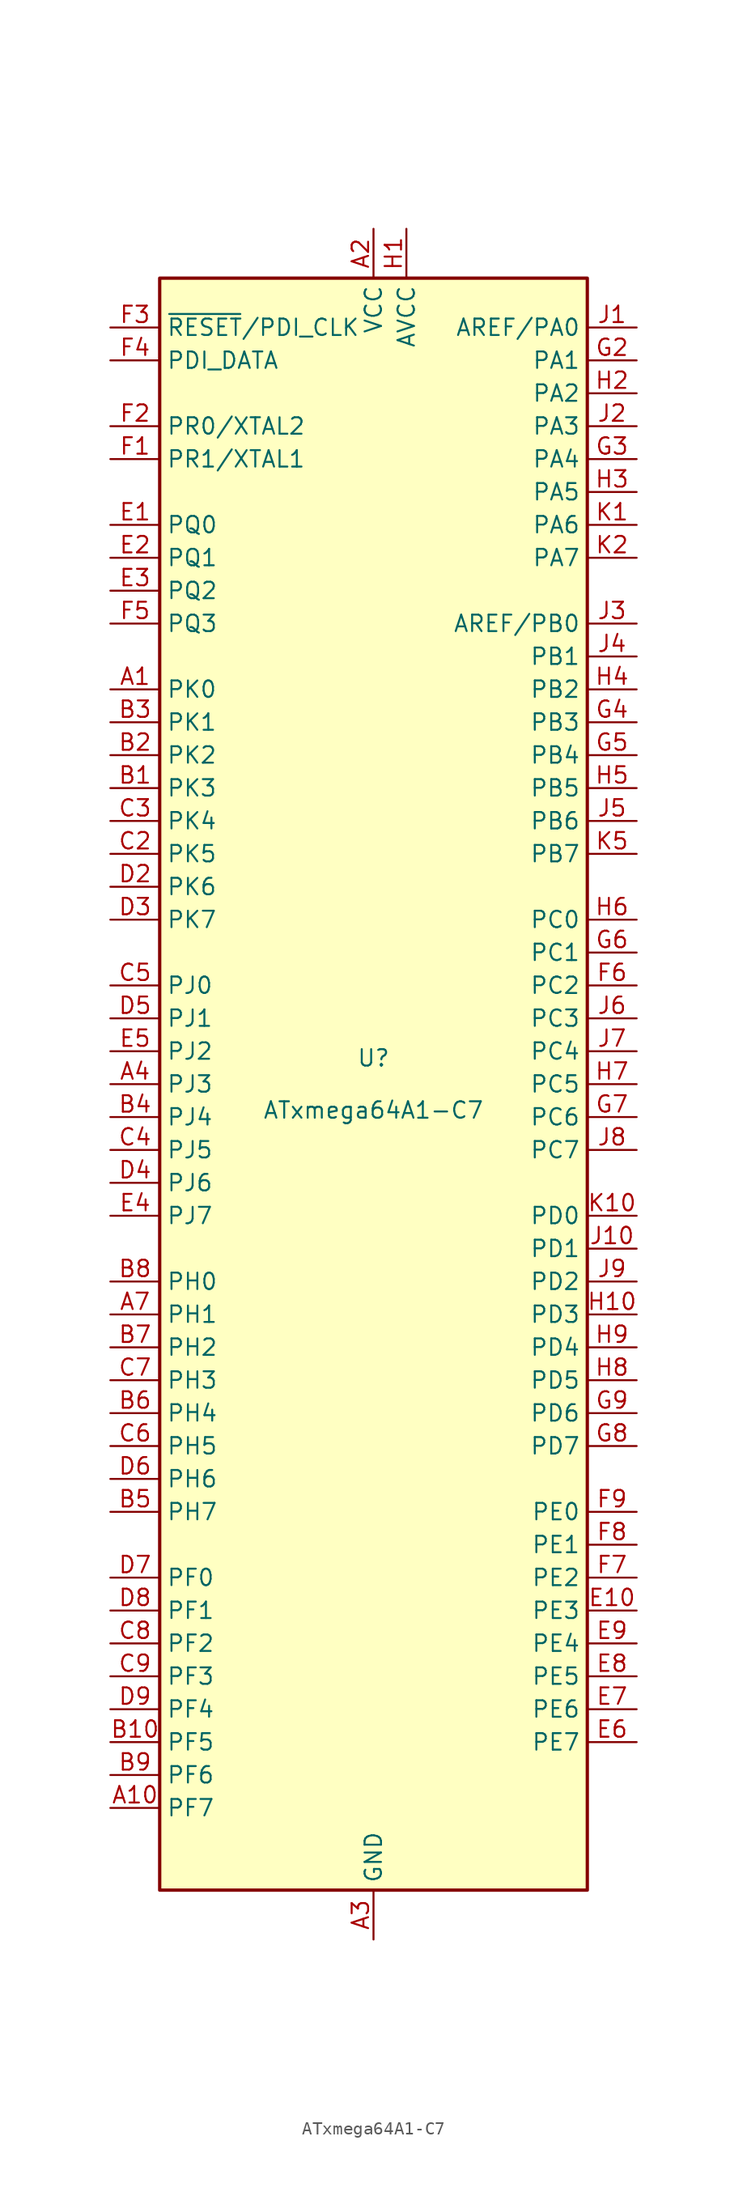
<source format=kicad_sym>
(kicad_symbol_lib
  (version 20220914)
  (generator kicad_symbol_editor)
  (symbol "ATxmega64A1-C7"
    (property "Reference" "U"
      (at 0 1.27 0)
      (effects (font (size 1.27 1.27)) (justify bottom)))
    (property "Value" "ATxmega64A1-C7"
      (at 0 -1.27 0)
      (effects (font (size 1.27 1.27)) (justify top)))
    (symbol "ATxmega64A1-C7_0_1"
      (rectangle (start -16.51 -62.23) (end 16.51 62.23) (stroke (width 0.254) (type default)) (fill (type background))))
    (symbol "ATxmega64A1-C7_1_1"
      (pin bidirectional line (at -20.32 30.48 0) (length 3.81) (name "PK0" (effects (font (size 1.27 1.27)))) (number "A1" (effects (font (size 1.27 1.27)))))
      (pin bidirectional line (at -20.32 -55.88 0) (length 3.81) (name "PF7" (effects (font (size 1.27 1.27)))) (number "A10" (effects (font (size 1.27 1.27)))))
      (pin power_in line (at 0 66.04 270) (length 3.81) (name "VCC" (effects (font (size 1.27 1.27)))) (number "A2" (effects (font (size 1.27 1.27)))))
      (pin power_in line (at 0 -66.04 90) (length 3.81) (name "GND" (effects (font (size 1.27 1.27)))) (number "A3" (effects (font (size 1.27 1.27)))))
      (pin bidirectional line (at -20.32 0 0) (length 3.81) (name "PJ3" (effects (font (size 1.27 1.27)))) (number "A4" (effects (font (size 1.27 1.27)))))
      (pin passive line (at 0 66.04 270) (length 3.81) hide (name "VCC" (effects (font (size 1.27 1.27)))) (number "A5" (effects (font (size 1.27 1.27)))))
      (pin passive line (at 0 -66.04 90) (length 3.81) hide (name "GND" (effects (font (size 1.27 1.27)))) (number "A6" (effects (font (size 1.27 1.27)))))
      (pin bidirectional line (at -20.32 -17.78 0) (length 3.81) (name "PH1" (effects (font (size 1.27 1.27)))) (number "A7" (effects (font (size 1.27 1.27)))))
      (pin passive line (at 0 -66.04 90) (length 3.81) hide (name "GND" (effects (font (size 1.27 1.27)))) (number "A8" (effects (font (size 1.27 1.27)))))
      (pin passive line (at 0 66.04 270) (length 3.81) hide (name "VCC" (effects (font (size 1.27 1.27)))) (number "A9" (effects (font (size 1.27 1.27)))))
      (pin bidirectional line (at -20.32 22.86 0) (length 3.81) (name "PK3" (effects (font (size 1.27 1.27)))) (number "B1" (effects (font (size 1.27 1.27)))))
      (pin bidirectional line (at -20.32 -50.8 0) (length 3.81) (name "PF5" (effects (font (size 1.27 1.27)))) (number "B10" (effects (font (size 1.27 1.27)))))
      (pin bidirectional line (at -20.32 25.4 0) (length 3.81) (name "PK2" (effects (font (size 1.27 1.27)))) (number "B2" (effects (font (size 1.27 1.27)))))
      (pin bidirectional line (at -20.32 27.94 0) (length 3.81) (name "PK1" (effects (font (size 1.27 1.27)))) (number "B3" (effects (font (size 1.27 1.27)))))
      (pin bidirectional line (at -20.32 -2.54 0) (length 3.81) (name "PJ4" (effects (font (size 1.27 1.27)))) (number "B4" (effects (font (size 1.27 1.27)))))
      (pin bidirectional line (at -20.32 -33.02 0) (length 3.81) (name "PH7" (effects (font (size 1.27 1.27)))) (number "B5" (effects (font (size 1.27 1.27)))))
      (pin bidirectional line (at -20.32 -25.4 0) (length 3.81) (name "PH4" (effects (font (size 1.27 1.27)))) (number "B6" (effects (font (size 1.27 1.27)))))
      (pin bidirectional line (at -20.32 -20.32 0) (length 3.81) (name "PH2" (effects (font (size 1.27 1.27)))) (number "B7" (effects (font (size 1.27 1.27)))))
      (pin bidirectional line (at -20.32 -15.24 0) (length 3.81) (name "PH0" (effects (font (size 1.27 1.27)))) (number "B8" (effects (font (size 1.27 1.27)))))
      (pin bidirectional line (at -20.32 -53.34 0) (length 3.81) (name "PF6" (effects (font (size 1.27 1.27)))) (number "B9" (effects (font (size 1.27 1.27)))))
      (pin passive line (at 0 66.04 270) (length 3.81) hide (name "VCC" (effects (font (size 1.27 1.27)))) (number "C1" (effects (font (size 1.27 1.27)))))
      (pin passive line (at 0 66.04 270) (length 3.81) hide (name "VCC" (effects (font (size 1.27 1.27)))) (number "C10" (effects (font (size 1.27 1.27)))))
      (pin bidirectional line (at -20.32 17.78 0) (length 3.81) (name "PK5" (effects (font (size 1.27 1.27)))) (number "C2" (effects (font (size 1.27 1.27)))))
      (pin bidirectional line (at -20.32 20.32 0) (length 3.81) (name "PK4" (effects (font (size 1.27 1.27)))) (number "C3" (effects (font (size 1.27 1.27)))))
      (pin bidirectional line (at -20.32 -5.08 0) (length 3.81) (name "PJ5" (effects (font (size 1.27 1.27)))) (number "C4" (effects (font (size 1.27 1.27)))))
      (pin bidirectional line (at -20.32 7.62 0) (length 3.81) (name "PJ0" (effects (font (size 1.27 1.27)))) (number "C5" (effects (font (size 1.27 1.27)))))
      (pin bidirectional line (at -20.32 -27.94 0) (length 3.81) (name "PH5" (effects (font (size 1.27 1.27)))) (number "C6" (effects (font (size 1.27 1.27)))))
      (pin bidirectional line (at -20.32 -22.86 0) (length 3.81) (name "PH3" (effects (font (size 1.27 1.27)))) (number "C7" (effects (font (size 1.27 1.27)))))
      (pin bidirectional line (at -20.32 -43.18 0) (length 3.81) (name "PF2" (effects (font (size 1.27 1.27)))) (number "C8" (effects (font (size 1.27 1.27)))))
      (pin bidirectional line (at -20.32 -45.72 0) (length 3.81) (name "PF3" (effects (font (size 1.27 1.27)))) (number "C9" (effects (font (size 1.27 1.27)))))
      (pin passive line (at 0 -66.04 90) (length 3.81) hide (name "GND" (effects (font (size 1.27 1.27)))) (number "D1" (effects (font (size 1.27 1.27)))))
      (pin passive line (at 0 -66.04 90) (length 3.81) hide (name "GND" (effects (font (size 1.27 1.27)))) (number "D10" (effects (font (size 1.27 1.27)))))
      (pin bidirectional line (at -20.32 15.24 0) (length 3.81) (name "PK6" (effects (font (size 1.27 1.27)))) (number "D2" (effects (font (size 1.27 1.27)))))
      (pin bidirectional line (at -20.32 12.7 0) (length 3.81) (name "PK7" (effects (font (size 1.27 1.27)))) (number "D3" (effects (font (size 1.27 1.27)))))
      (pin bidirectional line (at -20.32 -7.62 0) (length 3.81) (name "PJ6" (effects (font (size 1.27 1.27)))) (number "D4" (effects (font (size 1.27 1.27)))))
      (pin bidirectional line (at -20.32 5.08 0) (length 3.81) (name "PJ1" (effects (font (size 1.27 1.27)))) (number "D5" (effects (font (size 1.27 1.27)))))
      (pin bidirectional line (at -20.32 -30.48 0) (length 3.81) (name "PH6" (effects (font (size 1.27 1.27)))) (number "D6" (effects (font (size 1.27 1.27)))))
      (pin bidirectional line (at -20.32 -38.1 0) (length 3.81) (name "PF0" (effects (font (size 1.27 1.27)))) (number "D7" (effects (font (size 1.27 1.27)))))
      (pin bidirectional line (at -20.32 -40.64 0) (length 3.81) (name "PF1" (effects (font (size 1.27 1.27)))) (number "D8" (effects (font (size 1.27 1.27)))))
      (pin bidirectional line (at -20.32 -48.26 0) (length 3.81) (name "PF4" (effects (font (size 1.27 1.27)))) (number "D9" (effects (font (size 1.27 1.27)))))
      (pin bidirectional line (at -20.32 43.18 0) (length 3.81) (name "PQ0" (effects (font (size 1.27 1.27)))) (number "E1" (effects (font (size 1.27 1.27)))))
      (pin bidirectional line (at 20.32 -40.64 180) (length 3.81) (name "PE3" (effects (font (size 1.27 1.27)))) (number "E10" (effects (font (size 1.27 1.27)))))
      (pin bidirectional line (at -20.32 40.64 0) (length 3.81) (name "PQ1" (effects (font (size 1.27 1.27)))) (number "E2" (effects (font (size 1.27 1.27)))))
      (pin bidirectional line (at -20.32 38.1 0) (length 3.81) (name "PQ2" (effects (font (size 1.27 1.27)))) (number "E3" (effects (font (size 1.27 1.27)))))
      (pin bidirectional line (at -20.32 -10.16 0) (length 3.81) (name "PJ7" (effects (font (size 1.27 1.27)))) (number "E4" (effects (font (size 1.27 1.27)))))
      (pin bidirectional line (at -20.32 2.54 0) (length 3.81) (name "PJ2" (effects (font (size 1.27 1.27)))) (number "E5" (effects (font (size 1.27 1.27)))))
      (pin bidirectional line (at 20.32 -50.8 180) (length 3.81) (name "PE7" (effects (font (size 1.27 1.27)))) (number "E6" (effects (font (size 1.27 1.27)))))
      (pin bidirectional line (at 20.32 -48.26 180) (length 3.81) (name "PE6" (effects (font (size 1.27 1.27)))) (number "E7" (effects (font (size 1.27 1.27)))))
      (pin bidirectional line (at 20.32 -45.72 180) (length 3.81) (name "PE5" (effects (font (size 1.27 1.27)))) (number "E8" (effects (font (size 1.27 1.27)))))
      (pin bidirectional line (at 20.32 -43.18 180) (length 3.81) (name "PE4" (effects (font (size 1.27 1.27)))) (number "E9" (effects (font (size 1.27 1.27)))))
      (pin bidirectional line (at -20.32 48.26 0) (length 3.81) (name "PR1/XTAL1" (effects (font (size 1.27 1.27)))) (number "F1" (effects (font (size 1.27 1.27)))))
      (pin passive line (at 0 66.04 270) (length 3.81) hide (name "VCC" (effects (font (size 1.27 1.27)))) (number "F10" (effects (font (size 1.27 1.27)))))
      (pin bidirectional line (at -20.32 50.8 0) (length 3.81) (name "PR0/XTAL2" (effects (font (size 1.27 1.27)))) (number "F2" (effects (font (size 1.27 1.27)))))
      (pin input line (at -20.32 58.42 0) (length 3.81) (name "~{RESET}/PDI_CLK" (effects (font (size 1.27 1.27)))) (number "F3" (effects (font (size 1.27 1.27)))))
      (pin bidirectional line (at -20.32 55.88 0) (length 3.81) (name "PDI_DATA" (effects (font (size 1.27 1.27)))) (number "F4" (effects (font (size 1.27 1.27)))))
      (pin bidirectional line (at -20.32 35.56 0) (length 3.81) (name "PQ3" (effects (font (size 1.27 1.27)))) (number "F5" (effects (font (size 1.27 1.27)))))
      (pin bidirectional line (at 20.32 7.62 180) (length 3.81) (name "PC2" (effects (font (size 1.27 1.27)))) (number "F6" (effects (font (size 1.27 1.27)))))
      (pin bidirectional line (at 20.32 -38.1 180) (length 3.81) (name "PE2" (effects (font (size 1.27 1.27)))) (number "F7" (effects (font (size 1.27 1.27)))))
      (pin bidirectional line (at 20.32 -35.56 180) (length 3.81) (name "PE1" (effects (font (size 1.27 1.27)))) (number "F8" (effects (font (size 1.27 1.27)))))
      (pin bidirectional line (at 20.32 -33.02 180) (length 3.81) (name "PE0" (effects (font (size 1.27 1.27)))) (number "F9" (effects (font (size 1.27 1.27)))))
      (pin passive line (at 0 -66.04 90) (length 3.81) hide (name "GND" (effects (font (size 1.27 1.27)))) (number "G1" (effects (font (size 1.27 1.27)))))
      (pin passive line (at 0 -66.04 90) (length 3.81) hide (name "GND" (effects (font (size 1.27 1.27)))) (number "G10" (effects (font (size 1.27 1.27)))))
      (pin bidirectional line (at 20.32 55.88 180) (length 3.81) (name "PA1" (effects (font (size 1.27 1.27)))) (number "G2" (effects (font (size 1.27 1.27)))))
      (pin bidirectional line (at 20.32 48.26 180) (length 3.81) (name "PA4" (effects (font (size 1.27 1.27)))) (number "G3" (effects (font (size 1.27 1.27)))))
      (pin bidirectional line (at 20.32 27.94 180) (length 3.81) (name "PB3" (effects (font (size 1.27 1.27)))) (number "G4" (effects (font (size 1.27 1.27)))))
      (pin bidirectional line (at 20.32 25.4 180) (length 3.81) (name "PB4" (effects (font (size 1.27 1.27)))) (number "G5" (effects (font (size 1.27 1.27)))))
      (pin bidirectional line (at 20.32 10.16 180) (length 3.81) (name "PC1" (effects (font (size 1.27 1.27)))) (number "G6" (effects (font (size 1.27 1.27)))))
      (pin bidirectional line (at 20.32 -2.54 180) (length 3.81) (name "PC6" (effects (font (size 1.27 1.27)))) (number "G7" (effects (font (size 1.27 1.27)))))
      (pin bidirectional line (at 20.32 -27.94 180) (length 3.81) (name "PD7" (effects (font (size 1.27 1.27)))) (number "G8" (effects (font (size 1.27 1.27)))))
      (pin bidirectional line (at 20.32 -25.4 180) (length 3.81) (name "PD6" (effects (font (size 1.27 1.27)))) (number "G9" (effects (font (size 1.27 1.27)))))
      (pin power_in line (at 2.54 66.04 270) (length 3.81) (name "AVCC" (effects (font (size 1.27 1.27)))) (number "H1" (effects (font (size 1.27 1.27)))))
      (pin bidirectional line (at 20.32 -17.78 180) (length 3.81) (name "PD3" (effects (font (size 1.27 1.27)))) (number "H10" (effects (font (size 1.27 1.27)))))
      (pin bidirectional line (at 20.32 53.34 180) (length 3.81) (name "PA2" (effects (font (size 1.27 1.27)))) (number "H2" (effects (font (size 1.27 1.27)))))
      (pin bidirectional line (at 20.32 45.72 180) (length 3.81) (name "PA5" (effects (font (size 1.27 1.27)))) (number "H3" (effects (font (size 1.27 1.27)))))
      (pin bidirectional line (at 20.32 30.48 180) (length 3.81) (name "PB2" (effects (font (size 1.27 1.27)))) (number "H4" (effects (font (size 1.27 1.27)))))
      (pin bidirectional line (at 20.32 22.86 180) (length 3.81) (name "PB5" (effects (font (size 1.27 1.27)))) (number "H5" (effects (font (size 1.27 1.27)))))
      (pin bidirectional line (at 20.32 12.7 180) (length 3.81) (name "PC0" (effects (font (size 1.27 1.27)))) (number "H6" (effects (font (size 1.27 1.27)))))
      (pin bidirectional line (at 20.32 0 180) (length 3.81) (name "PC5" (effects (font (size 1.27 1.27)))) (number "H7" (effects (font (size 1.27 1.27)))))
      (pin bidirectional line (at 20.32 -22.86 180) (length 3.81) (name "PD5" (effects (font (size 1.27 1.27)))) (number "H8" (effects (font (size 1.27 1.27)))))
      (pin bidirectional line (at 20.32 -20.32 180) (length 3.81) (name "PD4" (effects (font (size 1.27 1.27)))) (number "H9" (effects (font (size 1.27 1.27)))))
      (pin bidirectional line (at 20.32 58.42 180) (length 3.81) (name "AREF/PA0" (effects (font (size 1.27 1.27)))) (number "J1" (effects (font (size 1.27 1.27)))))
      (pin bidirectional line (at 20.32 -12.7 180) (length 3.81) (name "PD1" (effects (font (size 1.27 1.27)))) (number "J10" (effects (font (size 1.27 1.27)))))
      (pin bidirectional line (at 20.32 50.8 180) (length 3.81) (name "PA3" (effects (font (size 1.27 1.27)))) (number "J2" (effects (font (size 1.27 1.27)))))
      (pin bidirectional line (at 20.32 35.56 180) (length 3.81) (name "AREF/PB0" (effects (font (size 1.27 1.27)))) (number "J3" (effects (font (size 1.27 1.27)))))
      (pin bidirectional line (at 20.32 33.02 180) (length 3.81) (name "PB1" (effects (font (size 1.27 1.27)))) (number "J4" (effects (font (size 1.27 1.27)))))
      (pin bidirectional line (at 20.32 20.32 180) (length 3.81) (name "PB6" (effects (font (size 1.27 1.27)))) (number "J5" (effects (font (size 1.27 1.27)))))
      (pin bidirectional line (at 20.32 5.08 180) (length 3.81) (name "PC3" (effects (font (size 1.27 1.27)))) (number "J6" (effects (font (size 1.27 1.27)))))
      (pin bidirectional line (at 20.32 2.54 180) (length 3.81) (name "PC4" (effects (font (size 1.27 1.27)))) (number "J7" (effects (font (size 1.27 1.27)))))
      (pin bidirectional line (at 20.32 -5.08 180) (length 3.81) (name "PC7" (effects (font (size 1.27 1.27)))) (number "J8" (effects (font (size 1.27 1.27)))))
      (pin bidirectional line (at 20.32 -15.24 180) (length 3.81) (name "PD2" (effects (font (size 1.27 1.27)))) (number "J9" (effects (font (size 1.27 1.27)))))
      (pin bidirectional line (at 20.32 43.18 180) (length 3.81) (name "PA6" (effects (font (size 1.27 1.27)))) (number "K1" (effects (font (size 1.27 1.27)))))
      (pin bidirectional line (at 20.32 -10.16 180) (length 3.81) (name "PD0" (effects (font (size 1.27 1.27)))) (number "K10" (effects (font (size 1.27 1.27)))))
      (pin bidirectional line (at 20.32 40.64 180) (length 3.81) (name "PA7" (effects (font (size 1.27 1.27)))) (number "K2" (effects (font (size 1.27 1.27)))))
      (pin passive line (at 0 -66.04 90) (length 3.81) hide (name "GND" (effects (font (size 1.27 1.27)))) (number "K3" (effects (font (size 1.27 1.27)))))
      (pin passive line (at 2.54 66.04 270) (length 3.81) hide (name "AVCC" (effects (font (size 1.27 1.27)))) (number "K4" (effects (font (size 1.27 1.27)))))
      (pin bidirectional line (at 20.32 17.78 180) (length 3.81) (name "PB7" (effects (font (size 1.27 1.27)))) (number "K5" (effects (font (size 1.27 1.27)))))
      (pin passive line (at 0 66.04 270) (length 3.81) hide (name "VCC" (effects (font (size 1.27 1.27)))) (number "K6" (effects (font (size 1.27 1.27)))))
      (pin passive line (at 0 -66.04 90) (length 3.81) hide (name "GND" (effects (font (size 1.27 1.27)))) (number "K7" (effects (font (size 1.27 1.27)))))
      (pin passive line (at 0 66.04 270) (length 3.81) hide (name "VCC" (effects (font (size 1.27 1.27)))) (number "K8" (effects (font (size 1.27 1.27)))))
      (pin passive line (at 0 -66.04 90) (length 3.81) hide (name "GND" (effects (font (size 1.27 1.27)))) (number "K9" (effects (font (size 1.27 1.27))))))))
</source>
